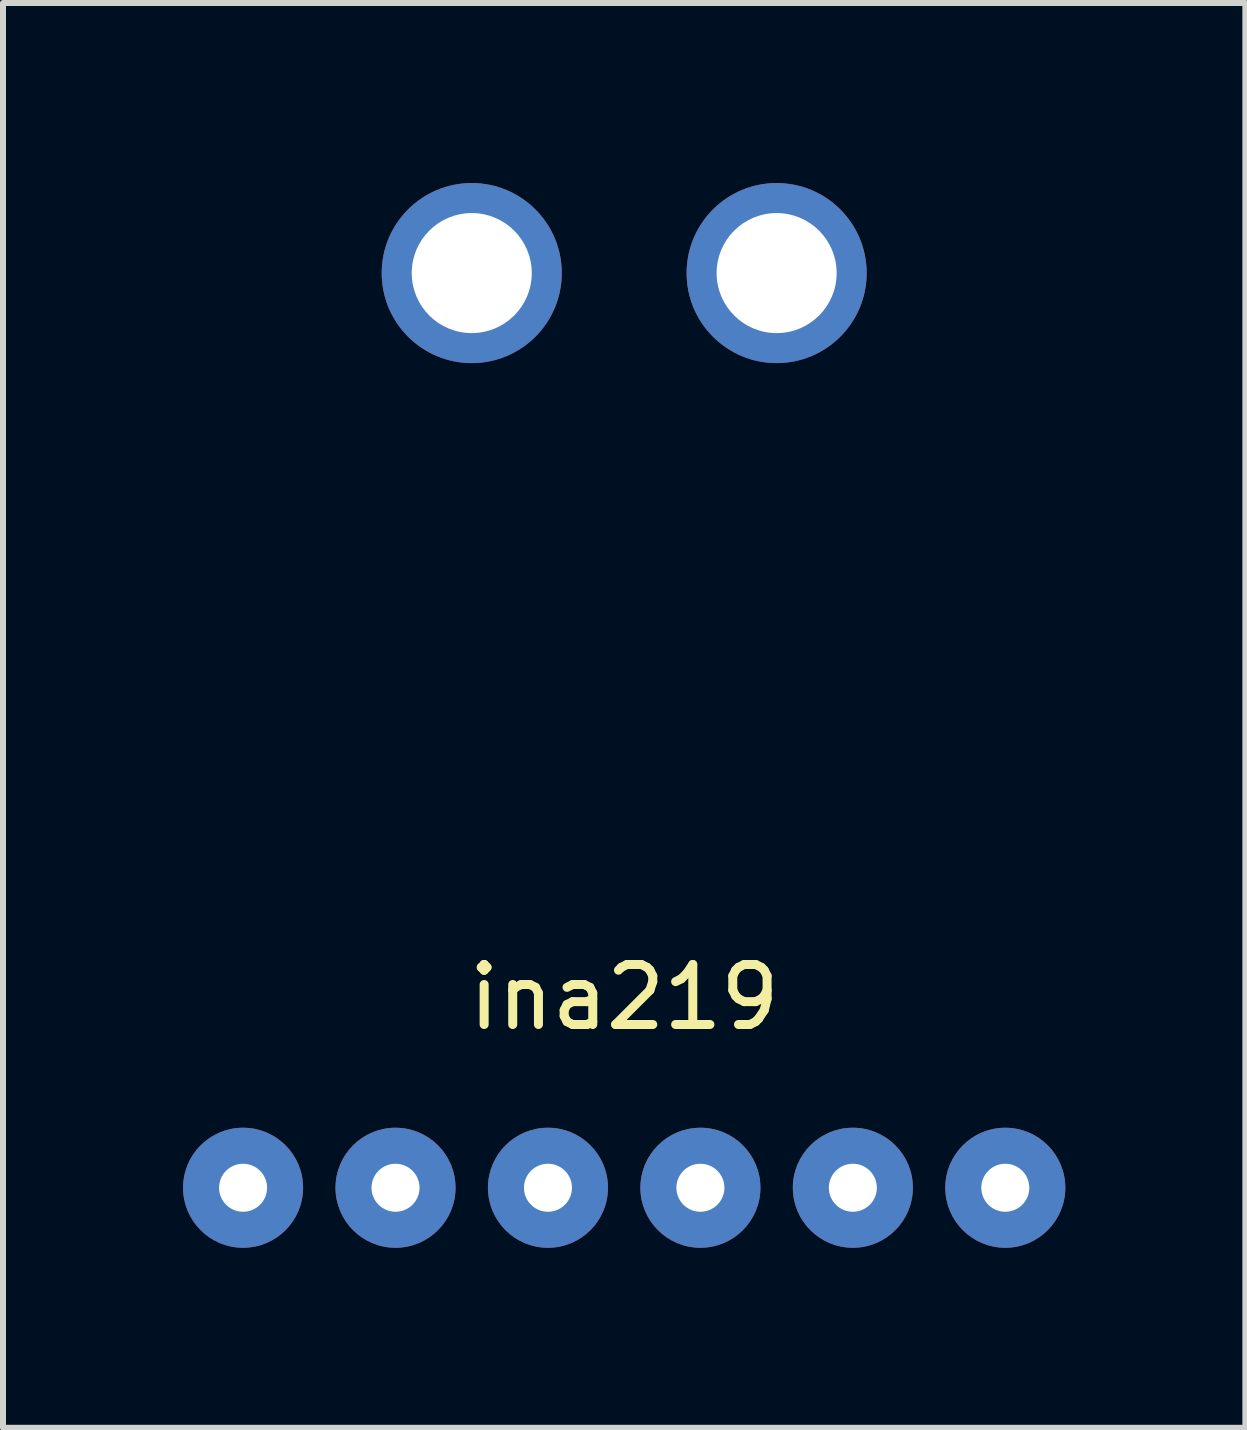
<source format=kicad_pcb>
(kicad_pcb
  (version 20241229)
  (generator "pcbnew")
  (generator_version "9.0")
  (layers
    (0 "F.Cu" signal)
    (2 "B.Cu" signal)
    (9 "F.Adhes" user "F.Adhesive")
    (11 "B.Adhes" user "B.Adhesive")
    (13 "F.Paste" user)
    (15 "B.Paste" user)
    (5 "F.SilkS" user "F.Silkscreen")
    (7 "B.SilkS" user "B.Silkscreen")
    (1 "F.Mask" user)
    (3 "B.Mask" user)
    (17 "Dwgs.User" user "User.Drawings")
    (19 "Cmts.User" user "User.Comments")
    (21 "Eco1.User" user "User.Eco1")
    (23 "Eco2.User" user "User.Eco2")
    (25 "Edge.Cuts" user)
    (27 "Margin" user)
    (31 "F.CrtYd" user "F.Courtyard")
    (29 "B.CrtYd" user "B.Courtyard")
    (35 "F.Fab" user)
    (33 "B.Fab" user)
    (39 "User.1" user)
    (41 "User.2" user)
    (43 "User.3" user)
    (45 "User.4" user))
  (footprint "ina219"
    (layer "F.Cu")
    (at 7.35 16.74)
    (property "Reference" "ina219" (at 0 -3.175 0) (layer "F.SilkS") (effects (font (size 1 1) (thickness 0.15))))
    (attr through_hole)
    (pad "1" thru_hole circle (at -6.35 0) (size 2 2) (drill 0.8) (layers "*.Cu" "*.Mask"))
    (pad "2" thru_hole circle (at -3.81 0) (size 2 2) (drill 0.8) (layers "*.Cu" "*.Mask"))
    (pad "3" thru_hole circle (at -1.27 0) (size 2 2) (drill 0.8) (layers "*.Cu" "*.Mask"))
    (pad "4" thru_hole circle (at 1.27 0) (size 2 2) (drill 0.8) (layers "*.Cu" "*.Mask"))
    (pad "5" thru_hole circle (at 3.81 0) (size 2 2) (drill 0.8) (layers "*.Cu" "*.Mask"))
    (pad "6" thru_hole circle (at 6.35 0) (size 2 2) (drill 0.8) (layers "*.Cu" "*.Mask"))
    (pad "7" thru_hole circle (at -2.54 -15.24) (size 3 3) (drill 2) (layers "*.Cu" "*.Mask"))
    (pad "7" thru_hole circle (at 2.54 -15.24) (size 3 3) (drill 2) (layers "*.Cu" "*.Mask")))
  (gr_rect
    (start -3 -3)
    (end 17.7 20.74)
    (stroke (width 0.1) (type default))
    (fill no)
    (layer "Edge.Cuts")))
</source>
